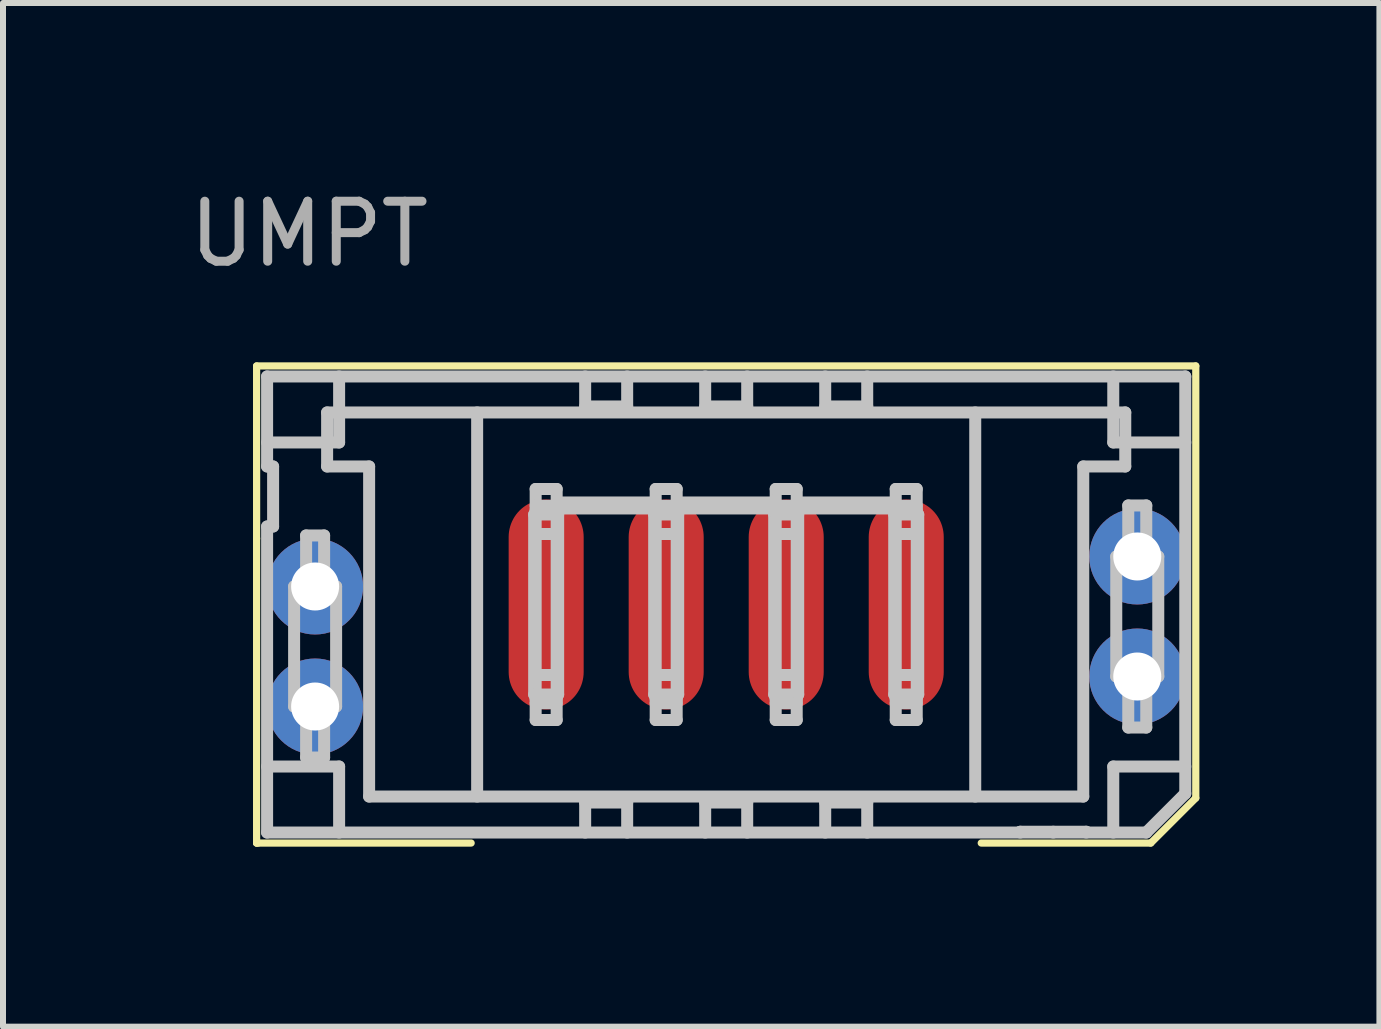
<source format=kicad_pcb>
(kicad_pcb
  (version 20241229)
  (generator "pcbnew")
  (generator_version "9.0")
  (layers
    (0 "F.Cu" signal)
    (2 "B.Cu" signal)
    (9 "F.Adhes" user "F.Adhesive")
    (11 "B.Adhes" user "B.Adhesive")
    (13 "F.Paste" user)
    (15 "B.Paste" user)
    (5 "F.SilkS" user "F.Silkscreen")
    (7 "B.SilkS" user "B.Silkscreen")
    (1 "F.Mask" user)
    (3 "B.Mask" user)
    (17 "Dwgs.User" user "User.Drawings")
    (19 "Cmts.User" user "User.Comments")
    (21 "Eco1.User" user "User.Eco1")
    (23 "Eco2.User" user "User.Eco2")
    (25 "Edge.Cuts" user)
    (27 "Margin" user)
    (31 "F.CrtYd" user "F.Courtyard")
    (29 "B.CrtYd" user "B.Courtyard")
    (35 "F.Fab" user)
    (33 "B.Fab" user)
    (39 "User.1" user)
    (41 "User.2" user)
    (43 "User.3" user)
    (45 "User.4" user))
  (footprint "UMPT"
    (layer "F.Cu")
    (at 9.051 7.023)
    (property "Reference" "UMPT" (at -6.95 -6.175 0) (layer "F.Fab") (effects (font (size 1 1) (thickness 0.15))))
    (attr through_hole)
    (fp_line (start -7.825 -3.975) (end 7.825 -3.975) (stroke (width 0.12) (type solid)) (layer "F.SilkS"))
    (fp_line (start -7.825 -3.95) (end -7.825 -3.975) (stroke (width 0.12) (type solid)) (layer "F.SilkS"))
    (fp_line (start -7.825 -1.1) (end -7.825 -3.95) (stroke (width 0.12) (type solid)) (layer "F.SilkS"))
    (fp_line (start -7.825 3.975) (end -7.825 -1.1) (stroke (width 0.12) (type solid)) (layer "F.SilkS"))
    (fp_line (start -7.825 3.975) (end -4.25 3.975) (stroke (width 0.12) (type solid)) (layer "F.SilkS"))
    (fp_line (start -7.8 3.975) (end -7.825 3.975) (stroke (width 0.12) (type solid)) (layer "F.SilkS"))
    (fp_line (start 7.075 3.975) (end 4.25 3.975) (stroke (width 0.12) (type solid)) (layer "F.SilkS"))
    (fp_line (start 7.825 -3.975) (end 7.825 3.225) (stroke (width 0.12) (type solid)) (layer "F.SilkS"))
    (fp_line (start 7.825 3.225) (end 7.075 3.975) (stroke (width 0.12) (type solid)) (layer "F.SilkS"))
    (fp_line (start -7.65 -3.8) (end -7.65 -2.3) (stroke (width 0.2) (type solid)) (layer "Dwgs.User"))
    (fp_line (start -7.65 -2.3) (end -7.55 -2.3) (stroke (width 0.2) (type solid)) (layer "Dwgs.User"))
    (fp_line (start -7.65 -1.3) (end -7.65 3.8) (stroke (width 0.2) (type solid)) (layer "Dwgs.User"))
    (fp_line (start -7.65 2.7) (end -6.45 2.7) (stroke (width 0.2) (type solid)) (layer "Dwgs.User"))
    (fp_line (start -7.65 3.8) (end 7 3.8) (stroke (width 0.2) (type solid)) (layer "Dwgs.User"))
    (fp_line (start -7.55 -2.3) (end -7.55 -1.3) (stroke (width 0.2) (type solid)) (layer "Dwgs.User"))
    (fp_line (start -7.55 -1.3) (end -7.65 -1.3) (stroke (width 0.2) (type solid)) (layer "Dwgs.User"))
    (fp_line (start -7.2 -0.3) (end -7.2 1.7) (stroke (width 0.2) (type solid)) (layer "Dwgs.User"))
    (fp_line (start -7.2 1.7) (end -7 1.7) (stroke (width 0.2) (type solid)) (layer "Dwgs.User"))
    (fp_line (start -7 -1.15) (end -7 -0.3) (stroke (width 0.2) (type solid)) (layer "Dwgs.User"))
    (fp_line (start -7 -0.3) (end -7.2 -0.3) (stroke (width 0.2) (type solid)) (layer "Dwgs.User"))
    (fp_line (start -7 1.7) (end -7 2.55) (stroke (width 0.2) (type solid)) (layer "Dwgs.User"))
    (fp_line (start -7 2.55) (end -6.7 2.55) (stroke (width 0.2) (type solid)) (layer "Dwgs.User"))
    (fp_line (start -6.7 -1.15) (end -7 -1.15) (stroke (width 0.2) (type solid)) (layer "Dwgs.User"))
    (fp_line (start -6.7 -0.3) (end -6.7 -1.15) (stroke (width 0.2) (type solid)) (layer "Dwgs.User"))
    (fp_line (start -6.7 1.7) (end -6.5 1.7) (stroke (width 0.2) (type solid)) (layer "Dwgs.User"))
    (fp_line (start -6.7 2.55) (end -6.7 1.7) (stroke (width 0.2) (type solid)) (layer "Dwgs.User"))
    (fp_line (start -6.65 -3.2) (end -6.65 -2.3) (stroke (width 0.2) (type solid)) (layer "Dwgs.User"))
    (fp_line (start -6.65 -2.3) (end -5.95 -2.3) (stroke (width 0.2) (type solid)) (layer "Dwgs.User"))
    (fp_line (start -6.5 -0.3) (end -6.7 -0.3) (stroke (width 0.2) (type solid)) (layer "Dwgs.User"))
    (fp_line (start -6.5 1.7) (end -6.5 -0.3) (stroke (width 0.2) (type solid)) (layer "Dwgs.User"))
    (fp_line (start -6.45 -2.7) (end -7.65 -2.7) (stroke (width 0.2) (type solid)) (layer "Dwgs.User"))
    (fp_line (start -6.45 2.7) (end -6.45 3.8) (stroke (width 0.2) (type solid)) (layer "Dwgs.User"))
    (fp_line (start -6.45 -3.8) (end -6.45 -2.7) (stroke (width 0.2) (type solid)) (layer "Dwgs.User"))
    (fp_line (start -5.95 -2.3) (end -5.95 3.2) (stroke (width 0.2) (type solid)) (layer "Dwgs.User"))
    (fp_line (start -5.95 3.2) (end 5.95 3.2) (stroke (width 0.2) (type solid)) (layer "Dwgs.User"))
    (fp_line (start -4.15 3.2) (end -4.15 -3.2) (stroke (width 0.2) (type solid)) (layer "Dwgs.User"))
    (fp_line (start -3.2 -1.5) (end -3.2 1.5) (stroke (width 0.2) (type solid)) (layer "Dwgs.User"))
    (fp_line (start -3.2 1.5) (end -3.175 1.5) (stroke (width 0.2) (type solid)) (layer "Dwgs.User"))
    (fp_line (start -3.175 -1.925) (end -3.175 1.925) (stroke (width 0.2) (type solid)) (layer "Dwgs.User"))
    (fp_line (start -3.175 -1.645) (end -2.825 -1.645) (stroke (width 0.2) (type solid)) (layer "Dwgs.User"))
    (fp_line (start -3.175 -1.5) (end -3.2 -1.5) (stroke (width 0.2) (type solid)) (layer "Dwgs.User"))
    (fp_line (start -3.175 1.5) (end -2.825 1.5) (stroke (width 0.2) (type solid)) (layer "Dwgs.User"))
    (fp_line (start -2.825 -1.925) (end -3.175 -1.925) (stroke (width 0.2) (type solid)) (layer "Dwgs.User"))
    (fp_line (start -2.825 -1.575) (end -3.175 -1.575) (stroke (width 0.2) (type solid)) (layer "Dwgs.User"))
    (fp_line (start -2.825 -1.5) (end -3.175 -1.5) (stroke (width 0.2) (type solid)) (layer "Dwgs.User"))
    (fp_line (start -2.825 -1.175) (end -3.175 -1.175) (stroke (width 0.2) (type solid)) (layer "Dwgs.User"))
    (fp_line (start -2.825 1.175) (end -3.175 1.175) (stroke (width 0.2) (type solid)) (layer "Dwgs.User"))
    (fp_line (start -2.825 1.5) (end -2.8 1.5) (stroke (width 0.2) (type solid)) (layer "Dwgs.User"))
    (fp_line (start -2.825 1.575) (end -3.175 1.575) (stroke (width 0.2) (type solid)) (layer "Dwgs.User"))
    (fp_line (start -2.825 1.645) (end -3.175 1.645) (stroke (width 0.2) (type solid)) (layer "Dwgs.User"))
    (fp_line (start -2.825 1.925) (end -3.175 1.925) (stroke (width 0.2) (type solid)) (layer "Dwgs.User"))
    (fp_line (start -2.825 1.925) (end -2.825 -1.925) (stroke (width 0.2) (type solid)) (layer "Dwgs.User"))
    (fp_line (start -2.8 -1.5) (end -2.825 -1.5) (stroke (width 0.2) (type solid)) (layer "Dwgs.User"))
    (fp_line (start -2.8 1.5) (end -2.8 -1.5) (stroke (width 0.2) (type solid)) (layer "Dwgs.User"))
    (fp_line (start -2.35 -3.3) (end -2.35 -3.8) (stroke (width 0.2) (type solid)) (layer "Dwgs.User"))
    (fp_line (start -2.35 3.3) (end -2.35 3.8) (stroke (width 0.2) (type solid)) (layer "Dwgs.User"))
    (fp_line (start -1.65 -3.3) (end -2.35 -3.3) (stroke (width 0.2) (type solid)) (layer "Dwgs.User"))
    (fp_line (start -1.65 -3.3) (end -1.65 -3.8) (stroke (width 0.2) (type solid)) (layer "Dwgs.User"))
    (fp_line (start -1.65 3.3) (end -2.35 3.3) (stroke (width 0.2) (type solid)) (layer "Dwgs.User"))
    (fp_line (start -1.65 3.3) (end -1.65 3.8) (stroke (width 0.2) (type solid)) (layer "Dwgs.User"))
    (fp_line (start -1.2 -1.5) (end -1.2 1.5) (stroke (width 0.2) (type solid)) (layer "Dwgs.User"))
    (fp_line (start -1.2 1.5) (end -1.175 1.5) (stroke (width 0.2) (type solid)) (layer "Dwgs.User"))
    (fp_line (start -1.175 -1.925) (end -1.175 1.925) (stroke (width 0.2) (type solid)) (layer "Dwgs.User"))
    (fp_line (start -1.175 -1.7) (end -2.825 -1.7) (stroke (width 0.2) (type solid)) (layer "Dwgs.User"))
    (fp_line (start -1.175 -1.6) (end -2.825 -1.6) (stroke (width 0.2) (type solid)) (layer "Dwgs.User"))
    (fp_line (start -1.175 -1.5) (end -1.2 -1.5) (stroke (width 0.2) (type solid)) (layer "Dwgs.User"))
    (fp_line (start -1.175 1.5) (end -0.825 1.5) (stroke (width 0.2) (type solid)) (layer "Dwgs.User"))
    (fp_line (start -0.825 -1.925) (end -1.175 -1.925) (stroke (width 0.2) (type solid)) (layer "Dwgs.User"))
    (fp_line (start -0.825 -1.645) (end -1.175 -1.645) (stroke (width 0.2) (type solid)) (layer "Dwgs.User"))
    (fp_line (start -0.825 -1.575) (end -1.175 -1.575) (stroke (width 0.2) (type solid)) (layer "Dwgs.User"))
    (fp_line (start -0.825 -1.5) (end -1.175 -1.5) (stroke (width 0.2) (type solid)) (layer "Dwgs.User"))
    (fp_line (start -0.825 -1.175) (end -1.175 -1.175) (stroke (width 0.2) (type solid)) (layer "Dwgs.User"))
    (fp_line (start -0.825 1.175) (end -1.175 1.175) (stroke (width 0.2) (type solid)) (layer "Dwgs.User"))
    (fp_line (start -0.825 1.5) (end -0.8 1.5) (stroke (width 0.2) (type solid)) (layer "Dwgs.User"))
    (fp_line (start -0.825 1.575) (end -1.175 1.575) (stroke (width 0.2) (type solid)) (layer "Dwgs.User"))
    (fp_line (start -0.825 1.645) (end -1.175 1.645) (stroke (width 0.2) (type solid)) (layer "Dwgs.User"))
    (fp_line (start -0.825 1.925) (end -1.175 1.925) (stroke (width 0.2) (type solid)) (layer "Dwgs.User"))
    (fp_line (start -0.825 1.925) (end -0.825 -1.925) (stroke (width 0.2) (type solid)) (layer "Dwgs.User"))
    (fp_line (start -0.8 -1.5) (end -0.825 -1.5) (stroke (width 0.2) (type solid)) (layer "Dwgs.User"))
    (fp_line (start -0.8 1.5) (end -0.8 -1.5) (stroke (width 0.2) (type solid)) (layer "Dwgs.User"))
    (fp_line (start -0.35 -3.3) (end -0.35 -3.8) (stroke (width 0.2) (type solid)) (layer "Dwgs.User"))
    (fp_line (start -0.35 3.3) (end -0.35 3.8) (stroke (width 0.2) (type solid)) (layer "Dwgs.User"))
    (fp_line (start 0.35 -3.3) (end -0.35 -3.3) (stroke (width 0.2) (type solid)) (layer "Dwgs.User"))
    (fp_line (start 0.35 -3.3) (end 0.35 -3.8) (stroke (width 0.2) (type solid)) (layer "Dwgs.User"))
    (fp_line (start 0.35 3.3) (end -0.35 3.3) (stroke (width 0.2) (type solid)) (layer "Dwgs.User"))
    (fp_line (start 0.35 3.3) (end 0.35 3.8) (stroke (width 0.2) (type solid)) (layer "Dwgs.User"))
    (fp_line (start 0.8 -1.5) (end 0.8 1.5) (stroke (width 0.2) (type solid)) (layer "Dwgs.User"))
    (fp_line (start 0.8 1.5) (end 0.825 1.5) (stroke (width 0.2) (type solid)) (layer "Dwgs.User"))
    (fp_line (start 0.825 -1.925) (end 0.825 1.925) (stroke (width 0.2) (type solid)) (layer "Dwgs.User"))
    (fp_line (start 0.825 -1.7) (end -0.825 -1.7) (stroke (width 0.2) (type solid)) (layer "Dwgs.User"))
    (fp_line (start 0.825 -1.6) (end -0.825 -1.6) (stroke (width 0.2) (type solid)) (layer "Dwgs.User"))
    (fp_line (start 0.825 -1.5) (end 0.8 -1.5) (stroke (width 0.2) (type solid)) (layer "Dwgs.User"))
    (fp_line (start 0.825 1.5) (end 1.175 1.5) (stroke (width 0.2) (type solid)) (layer "Dwgs.User"))
    (fp_line (start 1.175 -1.925) (end 0.825 -1.925) (stroke (width 0.2) (type solid)) (layer "Dwgs.User"))
    (fp_line (start 1.175 -1.645) (end 0.825 -1.645) (stroke (width 0.2) (type solid)) (layer "Dwgs.User"))
    (fp_line (start 1.175 -1.575) (end 0.825 -1.575) (stroke (width 0.2) (type solid)) (layer "Dwgs.User"))
    (fp_line (start 1.175 -1.5) (end 0.825 -1.5) (stroke (width 0.2) (type solid)) (layer "Dwgs.User"))
    (fp_line (start 1.175 -1.175) (end 0.825 -1.175) (stroke (width 0.2) (type solid)) (layer "Dwgs.User"))
    (fp_line (start 1.175 1.175) (end 0.825 1.175) (stroke (width 0.2) (type solid)) (layer "Dwgs.User"))
    (fp_line (start 1.175 1.5) (end 1.2 1.5) (stroke (width 0.2) (type solid)) (layer "Dwgs.User"))
    (fp_line (start 1.175 1.575) (end 0.825 1.575) (stroke (width 0.2) (type solid)) (layer "Dwgs.User"))
    (fp_line (start 1.175 1.645) (end 0.825 1.645) (stroke (width 0.2) (type solid)) (layer "Dwgs.User"))
    (fp_line (start 1.175 1.925) (end 0.825 1.925) (stroke (width 0.2) (type solid)) (layer "Dwgs.User"))
    (fp_line (start 1.175 1.925) (end 1.175 -1.925) (stroke (width 0.2) (type solid)) (layer "Dwgs.User"))
    (fp_line (start 1.2 -1.5) (end 1.175 -1.5) (stroke (width 0.2) (type solid)) (layer "Dwgs.User"))
    (fp_line (start 1.2 1.5) (end 1.2 -1.5) (stroke (width 0.2) (type solid)) (layer "Dwgs.User"))
    (fp_line (start 1.65 -3.3) (end 1.65 -3.8) (stroke (width 0.2) (type solid)) (layer "Dwgs.User"))
    (fp_line (start 1.65 3.3) (end 1.65 3.8) (stroke (width 0.2) (type solid)) (layer "Dwgs.User"))
    (fp_line (start 2.35 -3.3) (end 1.65 -3.3) (stroke (width 0.2) (type solid)) (layer "Dwgs.User"))
    (fp_line (start 2.35 -3.3) (end 2.35 -3.8) (stroke (width 0.2) (type solid)) (layer "Dwgs.User"))
    (fp_line (start 2.35 3.3) (end 1.65 3.3) (stroke (width 0.2) (type solid)) (layer "Dwgs.User"))
    (fp_line (start 2.35 3.3) (end 2.35 3.8) (stroke (width 0.2) (type solid)) (layer "Dwgs.User"))
    (fp_line (start 2.8 -1.5) (end 2.8 1.5) (stroke (width 0.2) (type solid)) (layer "Dwgs.User"))
    (fp_line (start 2.8 1.5) (end 2.825 1.5) (stroke (width 0.2) (type solid)) (layer "Dwgs.User"))
    (fp_line (start 2.825 -1.925) (end 2.825 1.925) (stroke (width 0.2) (type solid)) (layer "Dwgs.User"))
    (fp_line (start 2.825 -1.7) (end 1.175 -1.7) (stroke (width 0.2) (type solid)) (layer "Dwgs.User"))
    (fp_line (start 2.825 -1.6) (end 1.175 -1.6) (stroke (width 0.2) (type solid)) (layer "Dwgs.User"))
    (fp_line (start 2.825 -1.5) (end 2.8 -1.5) (stroke (width 0.2) (type solid)) (layer "Dwgs.User"))
    (fp_line (start 2.825 1.5) (end 3.175 1.5) (stroke (width 0.2) (type solid)) (layer "Dwgs.User"))
    (fp_line (start 3.175 -1.925) (end 2.825 -1.925) (stroke (width 0.2) (type solid)) (layer "Dwgs.User"))
    (fp_line (start 3.175 -1.645) (end 2.825 -1.645) (stroke (width 0.2) (type solid)) (layer "Dwgs.User"))
    (fp_line (start 3.175 -1.575) (end 2.825 -1.575) (stroke (width 0.2) (type solid)) (layer "Dwgs.User"))
    (fp_line (start 3.175 -1.5) (end 2.825 -1.5) (stroke (width 0.2) (type solid)) (layer "Dwgs.User"))
    (fp_line (start 3.175 -1.175) (end 2.825 -1.175) (stroke (width 0.2) (type solid)) (layer "Dwgs.User"))
    (fp_line (start 3.175 1.175) (end 2.825 1.175) (stroke (width 0.2) (type solid)) (layer "Dwgs.User"))
    (fp_line (start 3.175 1.5) (end 3.2 1.5) (stroke (width 0.2) (type solid)) (layer "Dwgs.User"))
    (fp_line (start 3.175 1.575) (end 2.825 1.575) (stroke (width 0.2) (type solid)) (layer "Dwgs.User"))
    (fp_line (start 3.175 1.645) (end 2.825 1.645) (stroke (width 0.2) (type solid)) (layer "Dwgs.User"))
    (fp_line (start 3.175 1.925) (end 2.825 1.925) (stroke (width 0.2) (type solid)) (layer "Dwgs.User"))
    (fp_line (start 3.175 1.925) (end 3.175 -1.925) (stroke (width 0.2) (type solid)) (layer "Dwgs.User"))
    (fp_line (start 3.2 -1.5) (end 3.175 -1.5) (stroke (width 0.2) (type solid)) (layer "Dwgs.User"))
    (fp_line (start 3.2 1.5) (end 3.2 -1.5) (stroke (width 0.2) (type solid)) (layer "Dwgs.User"))
    (fp_line (start 4.15 -3.2) (end 4.15 3.2) (stroke (width 0.2) (type solid)) (layer "Dwgs.User"))
    (fp_line (start 4.9 3.787) (end 4.9 3.8) (stroke (width 0.2) (type solid)) (layer "Dwgs.User"))
    (fp_line (start 5.45 3.787) (end 5.45 3.8) (stroke (width 0.2) (type solid)) (layer "Dwgs.User"))
    (fp_line (start 5.95 -2.3) (end 6.65 -2.3) (stroke (width 0.2) (type solid)) (layer "Dwgs.User"))
    (fp_line (start 5.95 3.2) (end 5.95 -2.3) (stroke (width 0.2) (type solid)) (layer "Dwgs.User"))
    (fp_line (start 6 3.787) (end 4.9 3.787) (stroke (width 0.2) (type solid)) (layer "Dwgs.User"))
    (fp_line (start 6 3.787) (end 6 3.8) (stroke (width 0.2) (type solid)) (layer "Dwgs.User"))
    (fp_line (start 6.45 3.8) (end 6.45 2.7) (stroke (width 0.2) (type solid)) (layer "Dwgs.User"))
    (fp_line (start 6.45 -2.7) (end 6.45 -3.8) (stroke (width 0.2) (type solid)) (layer "Dwgs.User"))
    (fp_line (start 6.45 2.7) (end 7.65 2.7) (stroke (width 0.2) (type solid)) (layer "Dwgs.User"))
    (fp_line (start 6.5 -0.8) (end 6.5 1.2) (stroke (width 0.2) (type solid)) (layer "Dwgs.User"))
    (fp_line (start 6.5 1.2) (end 6.7 1.2) (stroke (width 0.2) (type solid)) (layer "Dwgs.User"))
    (fp_line (start 6.65 -3.2) (end -6.65 -3.2) (stroke (width 0.2) (type solid)) (layer "Dwgs.User"))
    (fp_line (start 6.65 -2.3) (end 6.65 -3.2) (stroke (width 0.2) (type solid)) (layer "Dwgs.User"))
    (fp_line (start 6.7 -1.65) (end 6.7 -0.8) (stroke (width 0.2) (type solid)) (layer "Dwgs.User"))
    (fp_line (start 6.7 -0.8) (end 6.5 -0.8) (stroke (width 0.2) (type solid)) (layer "Dwgs.User"))
    (fp_line (start 6.7 1.2) (end 6.7 2.05) (stroke (width 0.2) (type solid)) (layer "Dwgs.User"))
    (fp_line (start 6.7 2.05) (end 7 2.05) (stroke (width 0.2) (type solid)) (layer "Dwgs.User"))
    (fp_line (start 7 3.8) (end 7.65 3.15) (stroke (width 0.2) (type solid)) (layer "Dwgs.User"))
    (fp_line (start 7 -1.65) (end 6.7 -1.65) (stroke (width 0.2) (type solid)) (layer "Dwgs.User"))
    (fp_line (start 7 -0.8) (end 7 -1.65) (stroke (width 0.2) (type solid)) (layer "Dwgs.User"))
    (fp_line (start 7 1.2) (end 7.2 1.2) (stroke (width 0.2) (type solid)) (layer "Dwgs.User"))
    (fp_line (start 7 2.05) (end 7 1.2) (stroke (width 0.2) (type solid)) (layer "Dwgs.User"))
    (fp_line (start 7.2 -0.8) (end 7 -0.8) (stroke (width 0.2) (type solid)) (layer "Dwgs.User"))
    (fp_line (start 7.2 1.2) (end 7.2 -0.8) (stroke (width 0.2) (type solid)) (layer "Dwgs.User"))
    (fp_line (start 7.65 -3.8) (end -7.65 -3.8) (stroke (width 0.2) (type solid)) (layer "Dwgs.User"))
    (fp_line (start 7.65 -2.7) (end 6.45 -2.7) (stroke (width 0.2) (type solid)) (layer "Dwgs.User"))
    (fp_line (start 7.65 3.15) (end 7.65 -3.8) (stroke (width 0.2) (type solid)) (layer "Dwgs.User"))
    (pad "1" smd oval (at 3 0) (size 1.25 3.5) (layers "F.Cu" "F.Mask" "F.Paste"))
    (pad "2" smd oval (at 1 0) (size 1.25 3.5) (layers "F.Cu" "F.Mask" "F.Paste"))
    (pad "3" smd oval (at -1 0) (size 1.25 3.5) (layers "F.Cu" "F.Mask" "F.Paste"))
    (pad "4" smd oval (at -3 0) (size 1.25 3.5) (layers "F.Cu" "F.Mask" "F.Paste"))
    (pad "5" thru_hole circle (at -6.85 -0.3) (size 1.6 1.6) (drill 0.8) (layers "*.Cu" "*.Mask"))
    (pad "6" thru_hole circle (at -6.85 1.7) (size 1.6 1.6) (drill 0.8) (layers "*.Cu" "*.Mask"))
    (pad "7" thru_hole circle (at 6.85 -0.8) (size 1.6 1.6) (drill 0.8) (layers "*.Cu" "*.Mask"))
    (pad "8" thru_hole circle (at 6.85 1.2) (size 1.6 1.6) (drill 0.8) (layers "*.Cu" "*.Mask")))
  (gr_rect
    (start -3 -3)
    (end 19.936 14.058)
    (stroke (width 0.1) (type default))
    (fill no)
    (layer "Edge.Cuts")))
</source>
